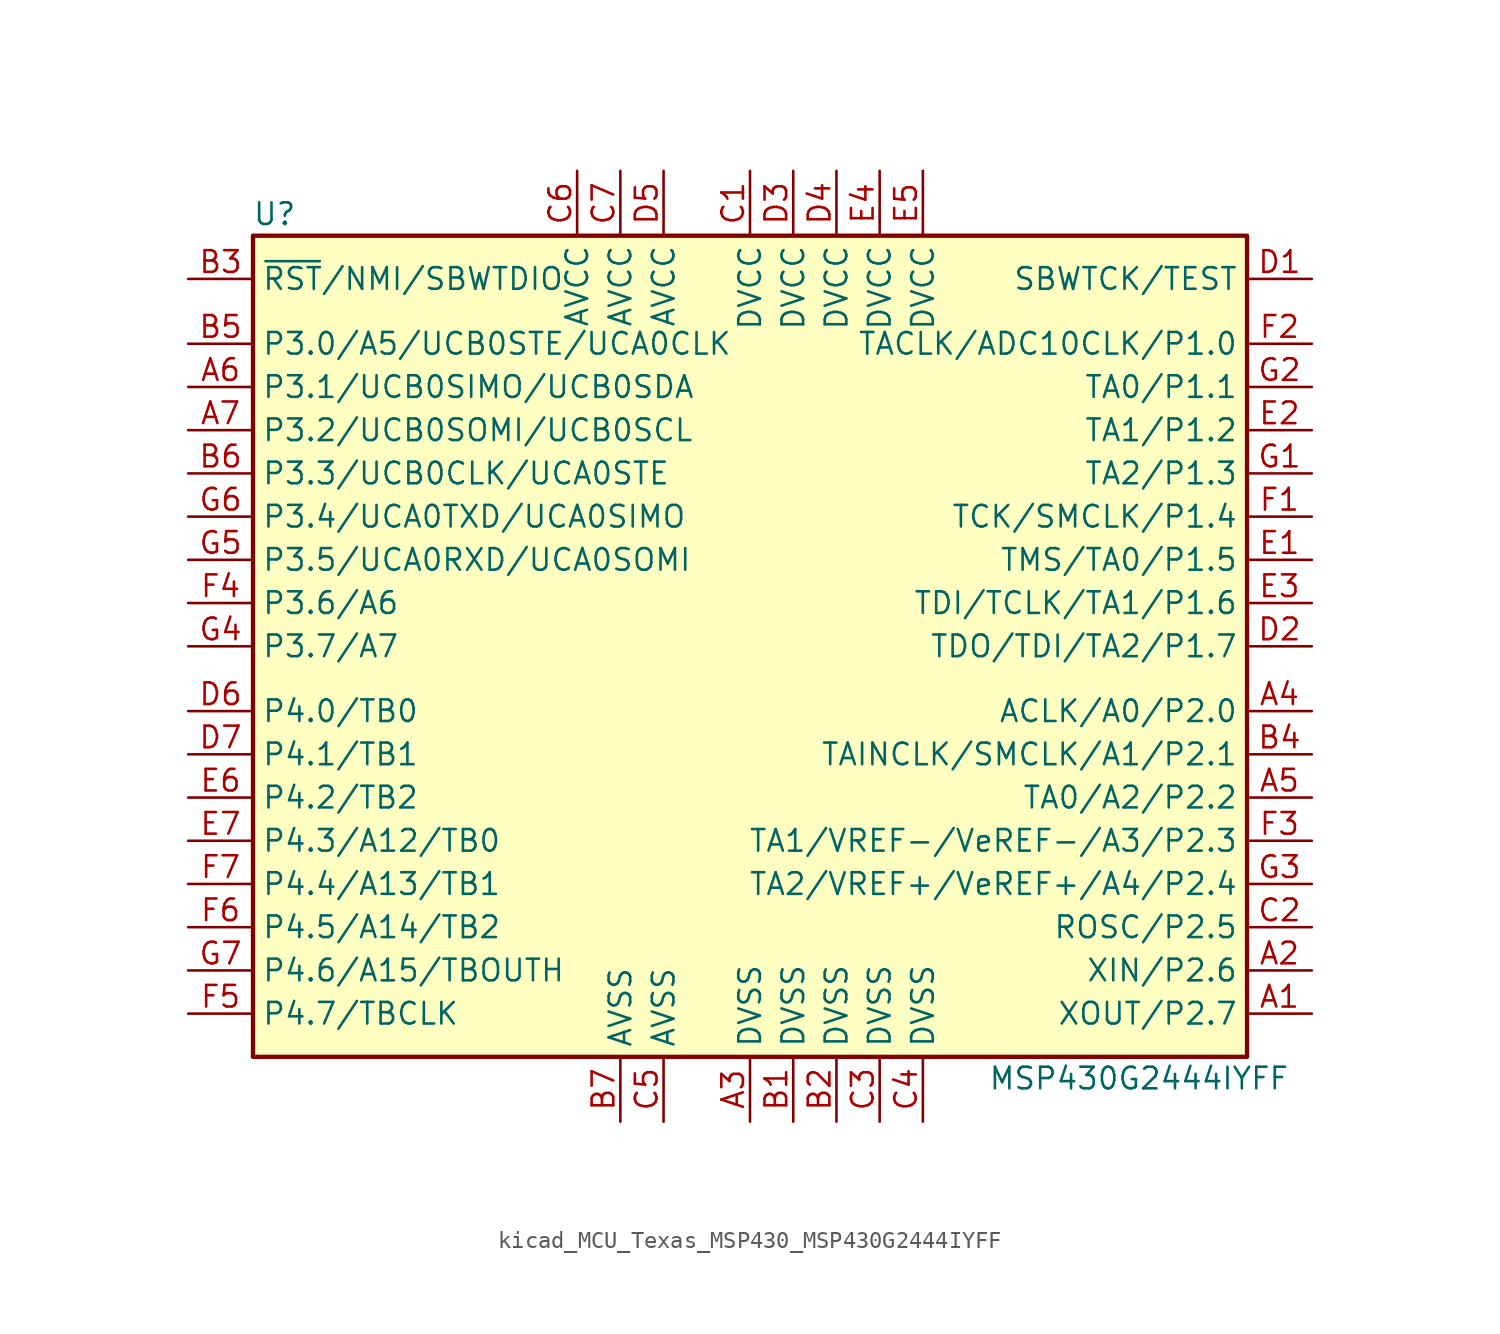
<source format=kicad_sym>
(kicad_symbol_lib
  (version 20220914)
  (generator kicad_symbol_editor)
  (symbol "kicad_MCU_Texas_MSP430_MSP430G2444IYFF"
    (property "Reference" "U"
      (at -27.94 25.4 0)
      (effects (font (size 1.27 1.27))))
    (property "Value" "MSP430G2444IYFF"
      (at 22.86 -25.4 0)
      (effects (font (size 1.27 1.27))))
    (symbol "kicad_MCU_Texas_MSP430_MSP430G2444IYFF_0_1"
      (rectangle (start -29.21 24.13) (end 29.21 -24.13) (stroke (width 0.254) (type default)) (fill (type background))))
    (symbol "kicad_MCU_Texas_MSP430_MSP430G2444IYFF_1_1"
      (pin bidirectional line (at 33.02 -21.59 180) (length 3.81) (name "XOUT/P2.7" (effects (font (size 1.27 1.27)))) (number "A1" (effects (font (size 1.27 1.27)))))
      (pin bidirectional line (at 33.02 -19.05 180) (length 3.81) (name "XIN/P2.6" (effects (font (size 1.27 1.27)))) (number "A2" (effects (font (size 1.27 1.27)))))
      (pin power_in line (at 0 -27.94 90) (length 3.81) (name "DVSS" (effects (font (size 1.27 1.27)))) (number "A3" (effects (font (size 1.27 1.27)))))
      (pin bidirectional line (at 33.02 -3.81 180) (length 3.81) (name "ACLK/A0/P2.0" (effects (font (size 1.27 1.27)))) (number "A4" (effects (font (size 1.27 1.27)))))
      (pin bidirectional line (at 33.02 -8.89 180) (length 3.81) (name "TA0/A2/P2.2" (effects (font (size 1.27 1.27)))) (number "A5" (effects (font (size 1.27 1.27)))))
      (pin bidirectional line (at -33.02 15.24 0) (length 3.81) (name "P3.1/UCB0SIMO/UCB0SDA" (effects (font (size 1.27 1.27)))) (number "A6" (effects (font (size 1.27 1.27)))))
      (pin bidirectional line (at -33.02 12.7 0) (length 3.81) (name "P3.2/UCB0SOMI/UCB0SCL" (effects (font (size 1.27 1.27)))) (number "A7" (effects (font (size 1.27 1.27)))))
      (pin power_in line (at 2.54 -27.94 90) (length 3.81) (name "DVSS" (effects (font (size 1.27 1.27)))) (number "B1" (effects (font (size 1.27 1.27)))))
      (pin power_in line (at 5.08 -27.94 90) (length 3.81) (name "DVSS" (effects (font (size 1.27 1.27)))) (number "B2" (effects (font (size 1.27 1.27)))))
      (pin input line (at -33.02 21.59 0) (length 3.81) (name "~{RST}/NMI/SBWTDIO" (effects (font (size 1.27 1.27)))) (number "B3" (effects (font (size 1.27 1.27)))))
      (pin bidirectional line (at 33.02 -6.35 180) (length 3.81) (name "TAINCLK/SMCLK/A1/P2.1" (effects (font (size 1.27 1.27)))) (number "B4" (effects (font (size 1.27 1.27)))))
      (pin bidirectional line (at -33.02 17.78 0) (length 3.81) (name "P3.0/A5/UCB0STE/UCA0CLK" (effects (font (size 1.27 1.27)))) (number "B5" (effects (font (size 1.27 1.27)))))
      (pin bidirectional line (at -33.02 10.16 0) (length 3.81) (name "P3.3/UCB0CLK/UCA0STE" (effects (font (size 1.27 1.27)))) (number "B6" (effects (font (size 1.27 1.27)))))
      (pin power_in line (at -7.62 -27.94 90) (length 3.81) (name "AVSS" (effects (font (size 1.27 1.27)))) (number "B7" (effects (font (size 1.27 1.27)))))
      (pin power_in line (at 0 27.94 270) (length 3.81) (name "DVCC" (effects (font (size 1.27 1.27)))) (number "C1" (effects (font (size 1.27 1.27)))))
      (pin bidirectional line (at 33.02 -16.51 180) (length 3.81) (name "ROSC/P2.5" (effects (font (size 1.27 1.27)))) (number "C2" (effects (font (size 1.27 1.27)))))
      (pin power_in line (at 7.62 -27.94 90) (length 3.81) (name "DVSS" (effects (font (size 1.27 1.27)))) (number "C3" (effects (font (size 1.27 1.27)))))
      (pin power_in line (at 10.16 -27.94 90) (length 3.81) (name "DVSS" (effects (font (size 1.27 1.27)))) (number "C4" (effects (font (size 1.27 1.27)))))
      (pin power_in line (at -5.08 -27.94 90) (length 3.81) (name "AVSS" (effects (font (size 1.27 1.27)))) (number "C5" (effects (font (size 1.27 1.27)))))
      (pin power_in line (at -10.16 27.94 270) (length 3.81) (name "AVCC" (effects (font (size 1.27 1.27)))) (number "C6" (effects (font (size 1.27 1.27)))))
      (pin power_in line (at -7.62 27.94 270) (length 3.81) (name "AVCC" (effects (font (size 1.27 1.27)))) (number "C7" (effects (font (size 1.27 1.27)))))
      (pin input line (at 33.02 21.59 180) (length 3.81) (name "SBWTCK/TEST" (effects (font (size 1.27 1.27)))) (number "D1" (effects (font (size 1.27 1.27)))))
      (pin bidirectional line (at 33.02 0 180) (length 3.81) (name "TDO/TDI/TA2/P1.7" (effects (font (size 1.27 1.27)))) (number "D2" (effects (font (size 1.27 1.27)))))
      (pin power_in line (at 2.54 27.94 270) (length 3.81) (name "DVCC" (effects (font (size 1.27 1.27)))) (number "D3" (effects (font (size 1.27 1.27)))))
      (pin power_in line (at 5.08 27.94 270) (length 3.81) (name "DVCC" (effects (font (size 1.27 1.27)))) (number "D4" (effects (font (size 1.27 1.27)))))
      (pin power_in line (at -5.08 27.94 270) (length 3.81) (name "AVCC" (effects (font (size 1.27 1.27)))) (number "D5" (effects (font (size 1.27 1.27)))))
      (pin bidirectional line (at -33.02 -3.81 0) (length 3.81) (name "P4.0/TB0" (effects (font (size 1.27 1.27)))) (number "D6" (effects (font (size 1.27 1.27)))))
      (pin bidirectional line (at -33.02 -6.35 0) (length 3.81) (name "P4.1/TB1" (effects (font (size 1.27 1.27)))) (number "D7" (effects (font (size 1.27 1.27)))))
      (pin bidirectional line (at 33.02 5.08 180) (length 3.81) (name "TMS/TA0/P1.5" (effects (font (size 1.27 1.27)))) (number "E1" (effects (font (size 1.27 1.27)))))
      (pin bidirectional line (at 33.02 12.7 180) (length 3.81) (name "TA1/P1.2" (effects (font (size 1.27 1.27)))) (number "E2" (effects (font (size 1.27 1.27)))))
      (pin bidirectional line (at 33.02 2.54 180) (length 3.81) (name "TDI/TCLK/TA1/P1.6" (effects (font (size 1.27 1.27)))) (number "E3" (effects (font (size 1.27 1.27)))))
      (pin power_in line (at 7.62 27.94 270) (length 3.81) (name "DVCC" (effects (font (size 1.27 1.27)))) (number "E4" (effects (font (size 1.27 1.27)))))
      (pin power_in line (at 10.16 27.94 270) (length 3.81) (name "DVCC" (effects (font (size 1.27 1.27)))) (number "E5" (effects (font (size 1.27 1.27)))))
      (pin bidirectional line (at -33.02 -8.89 0) (length 3.81) (name "P4.2/TB2" (effects (font (size 1.27 1.27)))) (number "E6" (effects (font (size 1.27 1.27)))))
      (pin bidirectional line (at -33.02 -11.43 0) (length 3.81) (name "P4.3/A12/TB0" (effects (font (size 1.27 1.27)))) (number "E7" (effects (font (size 1.27 1.27)))))
      (pin bidirectional line (at 33.02 7.62 180) (length 3.81) (name "TCK/SMCLK/P1.4" (effects (font (size 1.27 1.27)))) (number "F1" (effects (font (size 1.27 1.27)))))
      (pin bidirectional line (at 33.02 17.78 180) (length 3.81) (name "TACLK/ADC10CLK/P1.0" (effects (font (size 1.27 1.27)))) (number "F2" (effects (font (size 1.27 1.27)))))
      (pin bidirectional line (at 33.02 -11.43 180) (length 3.81) (name "TA1/VREF-/VeREF-/A3/P2.3" (effects (font (size 1.27 1.27)))) (number "F3" (effects (font (size 1.27 1.27)))))
      (pin bidirectional line (at -33.02 2.54 0) (length 3.81) (name "P3.6/A6" (effects (font (size 1.27 1.27)))) (number "F4" (effects (font (size 1.27 1.27)))))
      (pin bidirectional line (at -33.02 -21.59 0) (length 3.81) (name "P4.7/TBCLK" (effects (font (size 1.27 1.27)))) (number "F5" (effects (font (size 1.27 1.27)))))
      (pin bidirectional line (at -33.02 -16.51 0) (length 3.81) (name "P4.5/A14/TB2" (effects (font (size 1.27 1.27)))) (number "F6" (effects (font (size 1.27 1.27)))))
      (pin bidirectional line (at -33.02 -13.97 0) (length 3.81) (name "P4.4/A13/TB1" (effects (font (size 1.27 1.27)))) (number "F7" (effects (font (size 1.27 1.27)))))
      (pin bidirectional line (at 33.02 10.16 180) (length 3.81) (name "TA2/P1.3" (effects (font (size 1.27 1.27)))) (number "G1" (effects (font (size 1.27 1.27)))))
      (pin bidirectional line (at 33.02 15.24 180) (length 3.81) (name "TA0/P1.1" (effects (font (size 1.27 1.27)))) (number "G2" (effects (font (size 1.27 1.27)))))
      (pin bidirectional line (at 33.02 -13.97 180) (length 3.81) (name "TA2/VREF+/VeREF+/A4/P2.4" (effects (font (size 1.27 1.27)))) (number "G3" (effects (font (size 1.27 1.27)))))
      (pin bidirectional line (at -33.02 0 0) (length 3.81) (name "P3.7/A7" (effects (font (size 1.27 1.27)))) (number "G4" (effects (font (size 1.27 1.27)))))
      (pin bidirectional line (at -33.02 5.08 0) (length 3.81) (name "P3.5/UCA0RXD/UCA0SOMI" (effects (font (size 1.27 1.27)))) (number "G5" (effects (font (size 1.27 1.27)))))
      (pin bidirectional line (at -33.02 7.62 0) (length 3.81) (name "P3.4/UCA0TXD/UCA0SIMO" (effects (font (size 1.27 1.27)))) (number "G6" (effects (font (size 1.27 1.27)))))
      (pin bidirectional line (at -33.02 -19.05 0) (length 3.81) (name "P4.6/A15/TBOUTH" (effects (font (size 1.27 1.27)))) (number "G7" (effects (font (size 1.27 1.27))))))))
</source>
